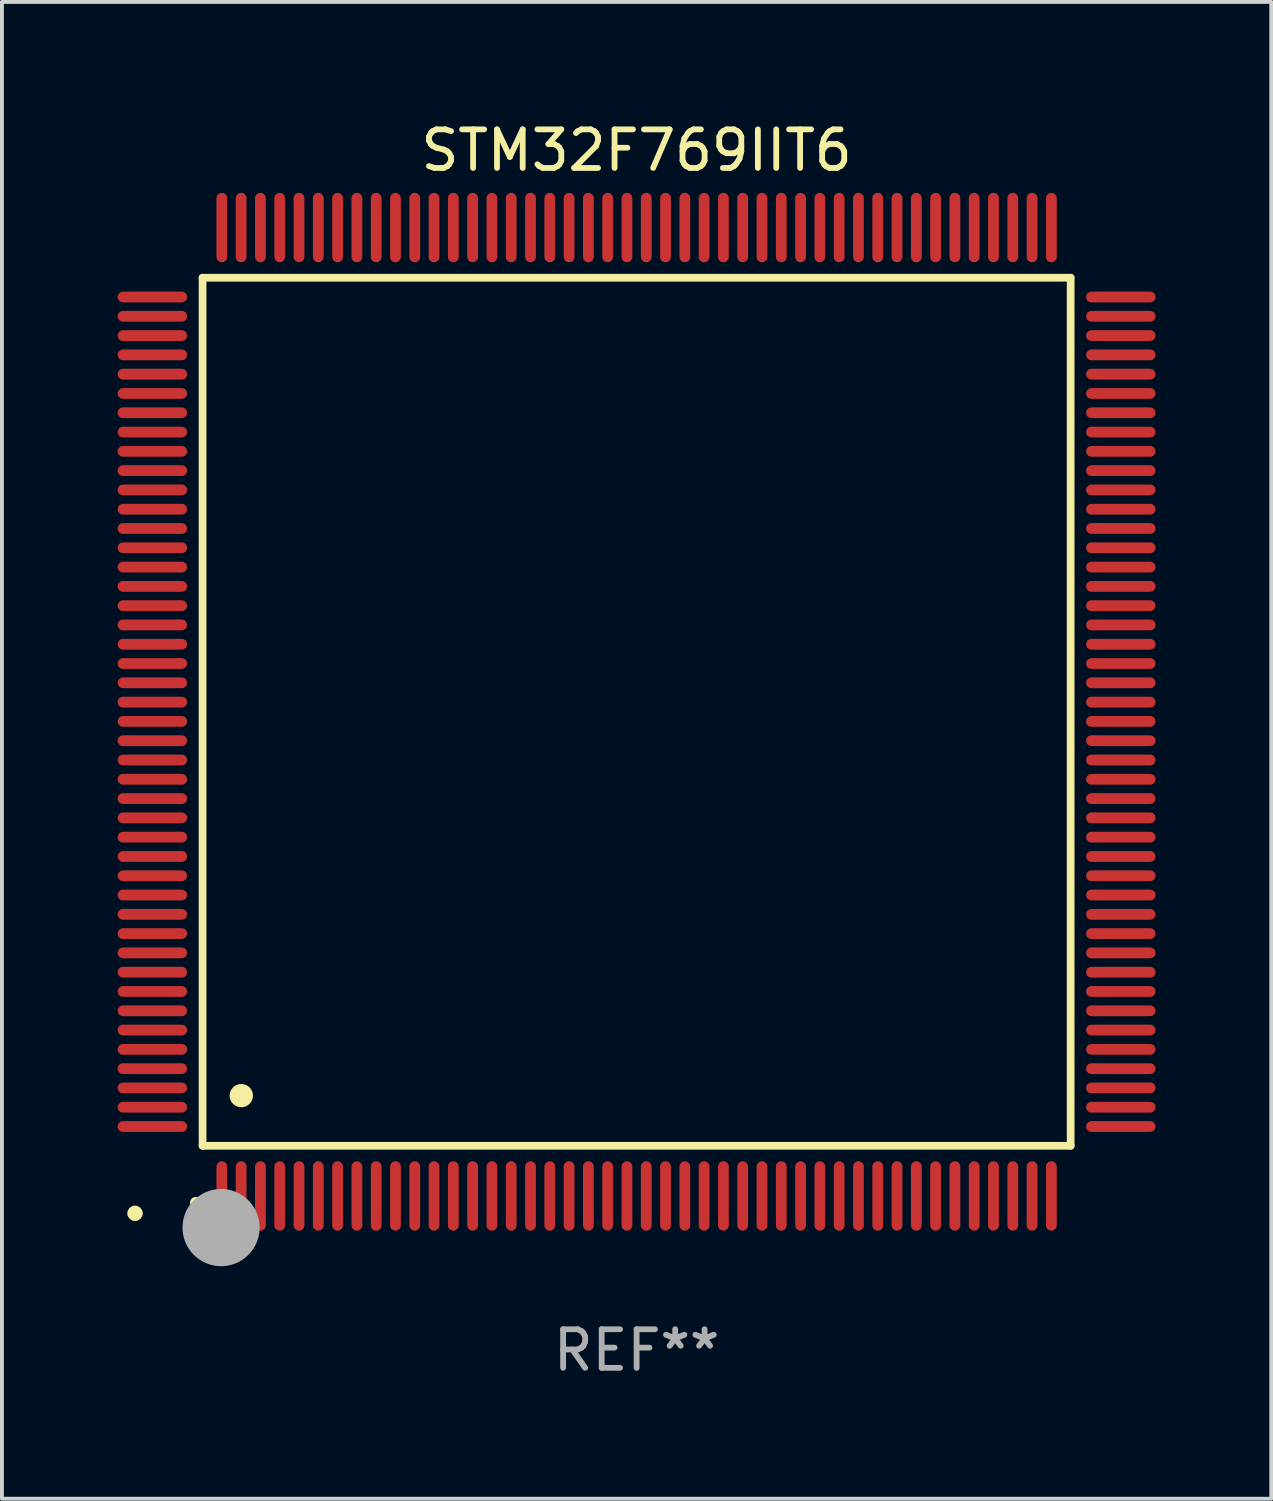
<source format=kicad_pcb>
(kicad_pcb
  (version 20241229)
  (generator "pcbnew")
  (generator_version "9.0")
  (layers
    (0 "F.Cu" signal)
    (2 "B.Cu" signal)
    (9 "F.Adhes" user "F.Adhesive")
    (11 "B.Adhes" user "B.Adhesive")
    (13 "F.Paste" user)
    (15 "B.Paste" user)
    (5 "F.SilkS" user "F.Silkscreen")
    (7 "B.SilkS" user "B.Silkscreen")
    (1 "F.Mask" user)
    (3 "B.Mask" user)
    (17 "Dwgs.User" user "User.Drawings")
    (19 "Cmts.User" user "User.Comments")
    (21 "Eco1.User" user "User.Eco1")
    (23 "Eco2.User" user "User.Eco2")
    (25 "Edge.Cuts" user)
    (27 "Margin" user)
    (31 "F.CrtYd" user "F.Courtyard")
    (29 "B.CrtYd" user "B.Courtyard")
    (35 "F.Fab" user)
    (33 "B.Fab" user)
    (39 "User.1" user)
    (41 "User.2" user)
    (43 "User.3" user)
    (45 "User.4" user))
  (footprint "STM32F769IIT6"
    (layer "F.Cu")
    (at 13.45 15.398)
    (property "Reference" "STM32F769IIT6" (at 0 -14.55 0) (layer "F.SilkS") (effects (font (size 1 1) (thickness 0.15))))
    (attr through_hole)
    (fp_line (start -11.25 -11.25) (end 11.25 -11.25) (stroke (width 0.2) (type solid)) (layer "F.SilkS"))
    (fp_line (start -11.25 11.25) (end -11.25 -11.25) (stroke (width 0.2) (type solid)) (layer "F.SilkS"))
    (fp_line (start 11.25 -11.25) (end 11.25 11.25) (stroke (width 0.2) (type solid)) (layer "F.SilkS"))
    (fp_line (start 11.25 11.25) (end -11.25 11.25) (stroke (width 0.2) (type solid)) (layer "F.SilkS"))
    (fp_arc (start -11.424943 12.725425) (mid -11.423673 12.72542) (end -11.422403 12.725425) (stroke (width 0.3) (type solid)) (layer "F.SilkS"))
    (fp_arc (start -10.24892 9.9492) (mid -10.24638 9.949189) (end -10.24384 9.9492) (stroke (width 0.6) (type solid)) (layer "F.SilkS"))
    (fp_circle (center -13 13) (end -12.9 13) (stroke (width 0.2) (type solid)) (fill no) (layer "F.SilkS"))
    (fp_circle (center -10.77 13.37) (end -10.27 13.37) (stroke (width 1) (type solid)) (fill no) (layer "F.Fab"))
    (fp_text user "REF**" (at 0 16.55 0) (layer "F.Fab") (effects (font (size 1 1) (thickness 0.15))))
    (pad "1" smd oval (at -10.75 12.55) (size 0.28 1.8) (layers "F.Cu" "F.Mask" "F.Paste"))
    (pad "2" smd oval (at -10.25 12.55) (size 0.28 1.8) (layers "F.Cu" "F.Mask" "F.Paste"))
    (pad "3" smd oval (at -9.75 12.55) (size 0.28 1.8) (layers "F.Cu" "F.Mask" "F.Paste"))
    (pad "4" smd oval (at -9.25 12.55) (size 0.28 1.8) (layers "F.Cu" "F.Mask" "F.Paste"))
    (pad "5" smd oval (at -8.75 12.55) (size 0.28 1.8) (layers "F.Cu" "F.Mask" "F.Paste"))
    (pad "6" smd oval (at -8.25 12.55) (size 0.28 1.8) (layers "F.Cu" "F.Mask" "F.Paste"))
    (pad "7" smd oval (at -7.75 12.55) (size 0.28 1.8) (layers "F.Cu" "F.Mask" "F.Paste"))
    (pad "8" smd oval (at -7.25 12.55) (size 0.28 1.8) (layers "F.Cu" "F.Mask" "F.Paste"))
    (pad "9" smd oval (at -6.75 12.55) (size 0.28 1.8) (layers "F.Cu" "F.Mask" "F.Paste"))
    (pad "10" smd oval (at -6.25 12.55) (size 0.28 1.8) (layers "F.Cu" "F.Mask" "F.Paste"))
    (pad "11" smd oval (at -5.75 12.55) (size 0.28 1.8) (layers "F.Cu" "F.Mask" "F.Paste"))
    (pad "12" smd oval (at -5.25 12.55) (size 0.28 1.8) (layers "F.Cu" "F.Mask" "F.Paste"))
    (pad "13" smd oval (at -4.75 12.55) (size 0.28 1.8) (layers "F.Cu" "F.Mask" "F.Paste"))
    (pad "14" smd oval (at -4.25 12.55) (size 0.28 1.8) (layers "F.Cu" "F.Mask" "F.Paste"))
    (pad "15" smd oval (at -3.75 12.55) (size 0.28 1.8) (layers "F.Cu" "F.Mask" "F.Paste"))
    (pad "16" smd oval (at -3.25 12.55) (size 0.28 1.8) (layers "F.Cu" "F.Mask" "F.Paste"))
    (pad "17" smd oval (at -2.75 12.55) (size 0.28 1.8) (layers "F.Cu" "F.Mask" "F.Paste"))
    (pad "18" smd oval (at -2.25 12.55) (size 0.28 1.8) (layers "F.Cu" "F.Mask" "F.Paste"))
    (pad "19" smd oval (at -1.75 12.55) (size 0.28 1.8) (layers "F.Cu" "F.Mask" "F.Paste"))
    (pad "20" smd oval (at -1.25 12.55) (size 0.28 1.8) (layers "F.Cu" "F.Mask" "F.Paste"))
    (pad "21" smd oval (at -0.75 12.55) (size 0.28 1.8) (layers "F.Cu" "F.Mask" "F.Paste"))
    (pad "22" smd oval (at -0.25 12.55) (size 0.28 1.8) (layers "F.Cu" "F.Mask" "F.Paste"))
    (pad "23" smd oval (at 0.25 12.55) (size 0.28 1.8) (layers "F.Cu" "F.Mask" "F.Paste"))
    (pad "24" smd oval (at 0.75 12.55) (size 0.28 1.8) (layers "F.Cu" "F.Mask" "F.Paste"))
    (pad "25" smd oval (at 1.25 12.55) (size 0.28 1.8) (layers "F.Cu" "F.Mask" "F.Paste"))
    (pad "26" smd oval (at 1.75 12.55) (size 0.28 1.8) (layers "F.Cu" "F.Mask" "F.Paste"))
    (pad "27" smd oval (at 2.25 12.55) (size 0.28 1.8) (layers "F.Cu" "F.Mask" "F.Paste"))
    (pad "28" smd oval (at 2.75 12.55) (size 0.28 1.8) (layers "F.Cu" "F.Mask" "F.Paste"))
    (pad "29" smd oval (at 3.25 12.55) (size 0.28 1.8) (layers "F.Cu" "F.Mask" "F.Paste"))
    (pad "30" smd oval (at 3.75 12.55) (size 0.28 1.8) (layers "F.Cu" "F.Mask" "F.Paste"))
    (pad "31" smd oval (at 4.25 12.55) (size 0.28 1.8) (layers "F.Cu" "F.Mask" "F.Paste"))
    (pad "32" smd oval (at 4.75 12.55) (size 0.28 1.8) (layers "F.Cu" "F.Mask" "F.Paste"))
    (pad "33" smd oval (at 5.25 12.55) (size 0.28 1.8) (layers "F.Cu" "F.Mask" "F.Paste"))
    (pad "34" smd oval (at 5.75 12.55) (size 0.28 1.8) (layers "F.Cu" "F.Mask" "F.Paste"))
    (pad "35" smd oval (at 6.25 12.55) (size 0.28 1.8) (layers "F.Cu" "F.Mask" "F.Paste"))
    (pad "36" smd oval (at 6.75 12.55) (size 0.28 1.8) (layers "F.Cu" "F.Mask" "F.Paste"))
    (pad "37" smd oval (at 7.25 12.55) (size 0.28 1.8) (layers "F.Cu" "F.Mask" "F.Paste"))
    (pad "38" smd oval (at 7.75 12.55) (size 0.28 1.8) (layers "F.Cu" "F.Mask" "F.Paste"))
    (pad "39" smd oval (at 8.25 12.55) (size 0.28 1.8) (layers "F.Cu" "F.Mask" "F.Paste"))
    (pad "40" smd oval (at 8.75 12.55) (size 0.28 1.8) (layers "F.Cu" "F.Mask" "F.Paste"))
    (pad "41" smd oval (at 9.25 12.55) (size 0.28 1.8) (layers "F.Cu" "F.Mask" "F.Paste"))
    (pad "42" smd oval (at 9.75 12.55) (size 0.28 1.8) (layers "F.Cu" "F.Mask" "F.Paste"))
    (pad "43" smd oval (at 10.25 12.55) (size 0.28 1.8) (layers "F.Cu" "F.Mask" "F.Paste"))
    (pad "44" smd oval (at 10.75 12.55) (size 0.28 1.8) (layers "F.Cu" "F.Mask" "F.Paste"))
    (pad "45" smd oval (at 12.55 10.75) (size 1.8 0.28) (layers "F.Cu" "F.Mask" "F.Paste"))
    (pad "46" smd oval (at 12.55 10.25) (size 1.8 0.28) (layers "F.Cu" "F.Mask" "F.Paste"))
    (pad "47" smd oval (at 12.55 9.75) (size 1.8 0.28) (layers "F.Cu" "F.Mask" "F.Paste"))
    (pad "48" smd oval (at 12.55 9.25) (size 1.8 0.28) (layers "F.Cu" "F.Mask" "F.Paste"))
    (pad "49" smd oval (at 12.55 8.75) (size 1.8 0.28) (layers "F.Cu" "F.Mask" "F.Paste"))
    (pad "50" smd oval (at 12.55 8.25) (size 1.8 0.28) (layers "F.Cu" "F.Mask" "F.Paste"))
    (pad "51" smd oval (at 12.55 7.75) (size 1.8 0.28) (layers "F.Cu" "F.Mask" "F.Paste"))
    (pad "52" smd oval (at 12.55 7.25) (size 1.8 0.28) (layers "F.Cu" "F.Mask" "F.Paste"))
    (pad "53" smd oval (at 12.55 6.75) (size 1.8 0.28) (layers "F.Cu" "F.Mask" "F.Paste"))
    (pad "54" smd oval (at 12.55 6.25) (size 1.8 0.28) (layers "F.Cu" "F.Mask" "F.Paste"))
    (pad "55" smd oval (at 12.55 5.75) (size 1.8 0.28) (layers "F.Cu" "F.Mask" "F.Paste"))
    (pad "56" smd oval (at 12.55 5.25) (size 1.8 0.28) (layers "F.Cu" "F.Mask" "F.Paste"))
    (pad "57" smd oval (at 12.55 4.75) (size 1.8 0.28) (layers "F.Cu" "F.Mask" "F.Paste"))
    (pad "58" smd oval (at 12.55 4.25) (size 1.8 0.28) (layers "F.Cu" "F.Mask" "F.Paste"))
    (pad "59" smd oval (at 12.55 3.75) (size 1.8 0.28) (layers "F.Cu" "F.Mask" "F.Paste"))
    (pad "60" smd oval (at 12.55 3.25) (size 1.8 0.28) (layers "F.Cu" "F.Mask" "F.Paste"))
    (pad "61" smd oval (at 12.55 2.75) (size 1.8 0.28) (layers "F.Cu" "F.Mask" "F.Paste"))
    (pad "62" smd oval (at 12.55 2.25) (size 1.8 0.28) (layers "F.Cu" "F.Mask" "F.Paste"))
    (pad "63" smd oval (at 12.55 1.75) (size 1.8 0.28) (layers "F.Cu" "F.Mask" "F.Paste"))
    (pad "64" smd oval (at 12.55 1.25) (size 1.8 0.28) (layers "F.Cu" "F.Mask" "F.Paste"))
    (pad "65" smd oval (at 12.55 0.75) (size 1.8 0.28) (layers "F.Cu" "F.Mask" "F.Paste"))
    (pad "66" smd oval (at 12.55 0.25) (size 1.8 0.28) (layers "F.Cu" "F.Mask" "F.Paste"))
    (pad "67" smd oval (at 12.55 -0.25) (size 1.8 0.28) (layers "F.Cu" "F.Mask" "F.Paste"))
    (pad "68" smd oval (at 12.55 -0.75) (size 1.8 0.28) (layers "F.Cu" "F.Mask" "F.Paste"))
    (pad "69" smd oval (at 12.55 -1.25) (size 1.8 0.28) (layers "F.Cu" "F.Mask" "F.Paste"))
    (pad "70" smd oval (at 12.55 -1.75) (size 1.8 0.28) (layers "F.Cu" "F.Mask" "F.Paste"))
    (pad "71" smd oval (at 12.55 -2.25) (size 1.8 0.28) (layers "F.Cu" "F.Mask" "F.Paste"))
    (pad "72" smd oval (at 12.55 -2.75) (size 1.8 0.28) (layers "F.Cu" "F.Mask" "F.Paste"))
    (pad "73" smd oval (at 12.55 -3.25) (size 1.8 0.28) (layers "F.Cu" "F.Mask" "F.Paste"))
    (pad "74" smd oval (at 12.55 -3.75) (size 1.8 0.28) (layers "F.Cu" "F.Mask" "F.Paste"))
    (pad "75" smd oval (at 12.55 -4.25) (size 1.8 0.28) (layers "F.Cu" "F.Mask" "F.Paste"))
    (pad "76" smd oval (at 12.55 -4.75) (size 1.8 0.28) (layers "F.Cu" "F.Mask" "F.Paste"))
    (pad "77" smd oval (at 12.55 -5.25) (size 1.8 0.28) (layers "F.Cu" "F.Mask" "F.Paste"))
    (pad "78" smd oval (at 12.55 -5.75) (size 1.8 0.28) (layers "F.Cu" "F.Mask" "F.Paste"))
    (pad "79" smd oval (at 12.55 -6.25) (size 1.8 0.28) (layers "F.Cu" "F.Mask" "F.Paste"))
    (pad "80" smd oval (at 12.55 -6.75) (size 1.8 0.28) (layers "F.Cu" "F.Mask" "F.Paste"))
    (pad "81" smd oval (at 12.55 -7.25) (size 1.8 0.28) (layers "F.Cu" "F.Mask" "F.Paste"))
    (pad "82" smd oval (at 12.55 -7.75) (size 1.8 0.28) (layers "F.Cu" "F.Mask" "F.Paste"))
    (pad "83" smd oval (at 12.55 -8.25) (size 1.8 0.28) (layers "F.Cu" "F.Mask" "F.Paste"))
    (pad "84" smd oval (at 12.55 -8.75) (size 1.8 0.28) (layers "F.Cu" "F.Mask" "F.Paste"))
    (pad "85" smd oval (at 12.55 -9.25) (size 1.8 0.28) (layers "F.Cu" "F.Mask" "F.Paste"))
    (pad "86" smd oval (at 12.55 -9.75) (size 1.8 0.28) (layers "F.Cu" "F.Mask" "F.Paste"))
    (pad "87" smd oval (at 12.55 -10.25) (size 1.8 0.28) (layers "F.Cu" "F.Mask" "F.Paste"))
    (pad "88" smd oval (at 12.55 -10.75) (size 1.8 0.28) (layers "F.Cu" "F.Mask" "F.Paste"))
    (pad "89" smd oval (at 10.75 -12.55) (size 0.28 1.8) (layers "F.Cu" "F.Mask" "F.Paste"))
    (pad "90" smd oval (at 10.25 -12.55) (size 0.28 1.8) (layers "F.Cu" "F.Mask" "F.Paste"))
    (pad "91" smd oval (at 9.75 -12.55) (size 0.28 1.8) (layers "F.Cu" "F.Mask" "F.Paste"))
    (pad "92" smd oval (at 9.25 -12.55) (size 0.28 1.8) (layers "F.Cu" "F.Mask" "F.Paste"))
    (pad "93" smd oval (at 8.75 -12.55) (size 0.28 1.8) (layers "F.Cu" "F.Mask" "F.Paste"))
    (pad "94" smd oval (at 8.25 -12.55) (size 0.28 1.8) (layers "F.Cu" "F.Mask" "F.Paste"))
    (pad "95" smd oval (at 7.75 -12.55) (size 0.28 1.8) (layers "F.Cu" "F.Mask" "F.Paste"))
    (pad "96" smd oval (at 7.25 -12.55) (size 0.28 1.8) (layers "F.Cu" "F.Mask" "F.Paste"))
    (pad "97" smd oval (at 6.75 -12.55) (size 0.28 1.8) (layers "F.Cu" "F.Mask" "F.Paste"))
    (pad "98" smd oval (at 6.25 -12.55) (size 0.28 1.8) (layers "F.Cu" "F.Mask" "F.Paste"))
    (pad "99" smd oval (at 5.75 -12.55) (size 0.28 1.8) (layers "F.Cu" "F.Mask" "F.Paste"))
    (pad "100" smd oval (at 5.25 -12.55) (size 0.28 1.8) (layers "F.Cu" "F.Mask" "F.Paste"))
    (pad "101" smd oval (at 4.75 -12.55) (size 0.28 1.8) (layers "F.Cu" "F.Mask" "F.Paste"))
    (pad "102" smd oval (at 4.25 -12.55) (size 0.28 1.8) (layers "F.Cu" "F.Mask" "F.Paste"))
    (pad "103" smd oval (at 3.75 -12.55) (size 0.28 1.8) (layers "F.Cu" "F.Mask" "F.Paste"))
    (pad "104" smd oval (at 3.25 -12.55) (size 0.28 1.8) (layers "F.Cu" "F.Mask" "F.Paste"))
    (pad "105" smd oval (at 2.75 -12.55) (size 0.28 1.8) (layers "F.Cu" "F.Mask" "F.Paste"))
    (pad "106" smd oval (at 2.25 -12.55) (size 0.28 1.8) (layers "F.Cu" "F.Mask" "F.Paste"))
    (pad "107" smd oval (at 1.75 -12.55) (size 0.28 1.8) (layers "F.Cu" "F.Mask" "F.Paste"))
    (pad "108" smd oval (at 1.25 -12.55) (size 0.28 1.8) (layers "F.Cu" "F.Mask" "F.Paste"))
    (pad "109" smd oval (at 0.75 -12.55) (size 0.28 1.8) (layers "F.Cu" "F.Mask" "F.Paste"))
    (pad "110" smd oval (at 0.25 -12.55) (size 0.28 1.8) (layers "F.Cu" "F.Mask" "F.Paste"))
    (pad "111" smd oval (at -0.25 -12.55) (size 0.28 1.8) (layers "F.Cu" "F.Mask" "F.Paste"))
    (pad "112" smd oval (at -0.75 -12.55) (size 0.28 1.8) (layers "F.Cu" "F.Mask" "F.Paste"))
    (pad "113" smd oval (at -1.25 -12.55) (size 0.28 1.8) (layers "F.Cu" "F.Mask" "F.Paste"))
    (pad "114" smd oval (at -1.75 -12.55) (size 0.28 1.8) (layers "F.Cu" "F.Mask" "F.Paste"))
    (pad "115" smd oval (at -2.25 -12.55) (size 0.28 1.8) (layers "F.Cu" "F.Mask" "F.Paste"))
    (pad "116" smd oval (at -2.75 -12.55) (size 0.28 1.8) (layers "F.Cu" "F.Mask" "F.Paste"))
    (pad "117" smd oval (at -3.25 -12.55) (size 0.28 1.8) (layers "F.Cu" "F.Mask" "F.Paste"))
    (pad "118" smd oval (at -3.75 -12.55) (size 0.28 1.8) (layers "F.Cu" "F.Mask" "F.Paste"))
    (pad "119" smd oval (at -4.25 -12.55) (size 0.28 1.8) (layers "F.Cu" "F.Mask" "F.Paste"))
    (pad "120" smd oval (at -4.75 -12.55) (size 0.28 1.8) (layers "F.Cu" "F.Mask" "F.Paste"))
    (pad "121" smd oval (at -5.25 -12.55) (size 0.28 1.8) (layers "F.Cu" "F.Mask" "F.Paste"))
    (pad "122" smd oval (at -5.75 -12.55) (size 0.28 1.8) (layers "F.Cu" "F.Mask" "F.Paste"))
    (pad "123" smd oval (at -6.25 -12.55) (size 0.28 1.8) (layers "F.Cu" "F.Mask" "F.Paste"))
    (pad "124" smd oval (at -6.75 -12.55) (size 0.28 1.8) (layers "F.Cu" "F.Mask" "F.Paste"))
    (pad "125" smd oval (at -7.25 -12.55) (size 0.28 1.8) (layers "F.Cu" "F.Mask" "F.Paste"))
    (pad "126" smd oval (at -7.75 -12.55) (size 0.28 1.8) (layers "F.Cu" "F.Mask" "F.Paste"))
    (pad "127" smd oval (at -8.25 -12.55) (size 0.28 1.8) (layers "F.Cu" "F.Mask" "F.Paste"))
    (pad "128" smd oval (at -8.75 -12.55) (size 0.28 1.8) (layers "F.Cu" "F.Mask" "F.Paste"))
    (pad "129" smd oval (at -9.25 -12.55) (size 0.28 1.8) (layers "F.Cu" "F.Mask" "F.Paste"))
    (pad "130" smd oval (at -9.75 -12.55) (size 0.28 1.8) (layers "F.Cu" "F.Mask" "F.Paste"))
    (pad "131" smd oval (at -10.25 -12.55) (size 0.28 1.8) (layers "F.Cu" "F.Mask" "F.Paste"))
    (pad "132" smd oval (at -10.75 -12.55) (size 0.28 1.8) (layers "F.Cu" "F.Mask" "F.Paste"))
    (pad "133" smd oval (at -12.55 -10.75) (size 1.8 0.28) (layers "F.Cu" "F.Mask" "F.Paste"))
    (pad "134" smd oval (at -12.55 -10.25) (size 1.8 0.28) (layers "F.Cu" "F.Mask" "F.Paste"))
    (pad "135" smd oval (at -12.55 -9.75) (size 1.8 0.28) (layers "F.Cu" "F.Mask" "F.Paste"))
    (pad "136" smd oval (at -12.55 -9.25) (size 1.8 0.28) (layers "F.Cu" "F.Mask" "F.Paste"))
    (pad "137" smd oval (at -12.55 -8.75) (size 1.8 0.28) (layers "F.Cu" "F.Mask" "F.Paste"))
    (pad "138" smd oval (at -12.55 -8.25) (size 1.8 0.28) (layers "F.Cu" "F.Mask" "F.Paste"))
    (pad "139" smd oval (at -12.55 -7.75) (size 1.8 0.28) (layers "F.Cu" "F.Mask" "F.Paste"))
    (pad "140" smd oval (at -12.55 -7.25) (size 1.8 0.28) (layers "F.Cu" "F.Mask" "F.Paste"))
    (pad "141" smd oval (at -12.55 -6.75) (size 1.8 0.28) (layers "F.Cu" "F.Mask" "F.Paste"))
    (pad "142" smd oval (at -12.55 -6.25) (size 1.8 0.28) (layers "F.Cu" "F.Mask" "F.Paste"))
    (pad "143" smd oval (at -12.55 -5.75) (size 1.8 0.28) (layers "F.Cu" "F.Mask" "F.Paste"))
    (pad "144" smd oval (at -12.55 -5.25) (size 1.8 0.28) (layers "F.Cu" "F.Mask" "F.Paste"))
    (pad "145" smd oval (at -12.55 -4.75) (size 1.8 0.28) (layers "F.Cu" "F.Mask" "F.Paste"))
    (pad "146" smd oval (at -12.55 -4.25) (size 1.8 0.28) (layers "F.Cu" "F.Mask" "F.Paste"))
    (pad "147" smd oval (at -12.55 -3.75) (size 1.8 0.28) (layers "F.Cu" "F.Mask" "F.Paste"))
    (pad "148" smd oval (at -12.55 -3.25) (size 1.8 0.28) (layers "F.Cu" "F.Mask" "F.Paste"))
    (pad "149" smd oval (at -12.55 -2.75) (size 1.8 0.28) (layers "F.Cu" "F.Mask" "F.Paste"))
    (pad "150" smd oval (at -12.55 -2.25) (size 1.8 0.28) (layers "F.Cu" "F.Mask" "F.Paste"))
    (pad "151" smd oval (at -12.55 -1.75) (size 1.8 0.28) (layers "F.Cu" "F.Mask" "F.Paste"))
    (pad "152" smd oval (at -12.55 -1.25) (size 1.8 0.28) (layers "F.Cu" "F.Mask" "F.Paste"))
    (pad "153" smd oval (at -12.55 -0.75) (size 1.8 0.28) (layers "F.Cu" "F.Mask" "F.Paste"))
    (pad "154" smd oval (at -12.55 -0.25) (size 1.8 0.28) (layers "F.Cu" "F.Mask" "F.Paste"))
    (pad "155" smd oval (at -12.55 0.25) (size 1.8 0.28) (layers "F.Cu" "F.Mask" "F.Paste"))
    (pad "156" smd oval (at -12.55 0.75) (size 1.8 0.28) (layers "F.Cu" "F.Mask" "F.Paste"))
    (pad "157" smd oval (at -12.55 1.25) (size 1.8 0.28) (layers "F.Cu" "F.Mask" "F.Paste"))
    (pad "158" smd oval (at -12.55 1.75) (size 1.8 0.28) (layers "F.Cu" "F.Mask" "F.Paste"))
    (pad "159" smd oval (at -12.55 2.25) (size 1.8 0.28) (layers "F.Cu" "F.Mask" "F.Paste"))
    (pad "160" smd oval (at -12.55 2.75) (size 1.8 0.28) (layers "F.Cu" "F.Mask" "F.Paste"))
    (pad "161" smd oval (at -12.55 3.25) (size 1.8 0.28) (layers "F.Cu" "F.Mask" "F.Paste"))
    (pad "162" smd oval (at -12.55 3.75) (size 1.8 0.28) (layers "F.Cu" "F.Mask" "F.Paste"))
    (pad "163" smd oval (at -12.55 4.25) (size 1.8 0.28) (layers "F.Cu" "F.Mask" "F.Paste"))
    (pad "164" smd oval (at -12.55 4.75) (size 1.8 0.28) (layers "F.Cu" "F.Mask" "F.Paste"))
    (pad "165" smd oval (at -12.55 5.25) (size 1.8 0.28) (layers "F.Cu" "F.Mask" "F.Paste"))
    (pad "166" smd oval (at -12.55 5.75) (size 1.8 0.28) (layers "F.Cu" "F.Mask" "F.Paste"))
    (pad "167" smd oval (at -12.55 6.25) (size 1.8 0.28) (layers "F.Cu" "F.Mask" "F.Paste"))
    (pad "168" smd oval (at -12.55 6.75) (size 1.8 0.28) (layers "F.Cu" "F.Mask" "F.Paste"))
    (pad "169" smd oval (at -12.55 7.25) (size 1.8 0.28) (layers "F.Cu" "F.Mask" "F.Paste"))
    (pad "170" smd oval (at -12.55 7.75) (size 1.8 0.28) (layers "F.Cu" "F.Mask" "F.Paste"))
    (pad "171" smd oval (at -12.55 8.25) (size 1.8 0.28) (layers "F.Cu" "F.Mask" "F.Paste"))
    (pad "172" smd oval (at -12.55 8.75) (size 1.8 0.28) (layers "F.Cu" "F.Mask" "F.Paste"))
    (pad "173" smd oval (at -12.55 9.25) (size 1.8 0.28) (layers "F.Cu" "F.Mask" "F.Paste"))
    (pad "174" smd oval (at -12.55 9.75) (size 1.8 0.28) (layers "F.Cu" "F.Mask" "F.Paste"))
    (pad "175" smd oval (at -12.55 10.25) (size 1.8 0.28) (layers "F.Cu" "F.Mask" "F.Paste"))
    (pad "176" smd oval (at -12.55 10.75) (size 1.8 0.28) (layers "F.Cu" "F.Mask" "F.Paste")))
  (gr_rect
    (start -3 -3)
    (end 29.9 35.796)
    (stroke (width 0.1) (type default))
    (fill no)
    (layer "Edge.Cuts")))
</source>
